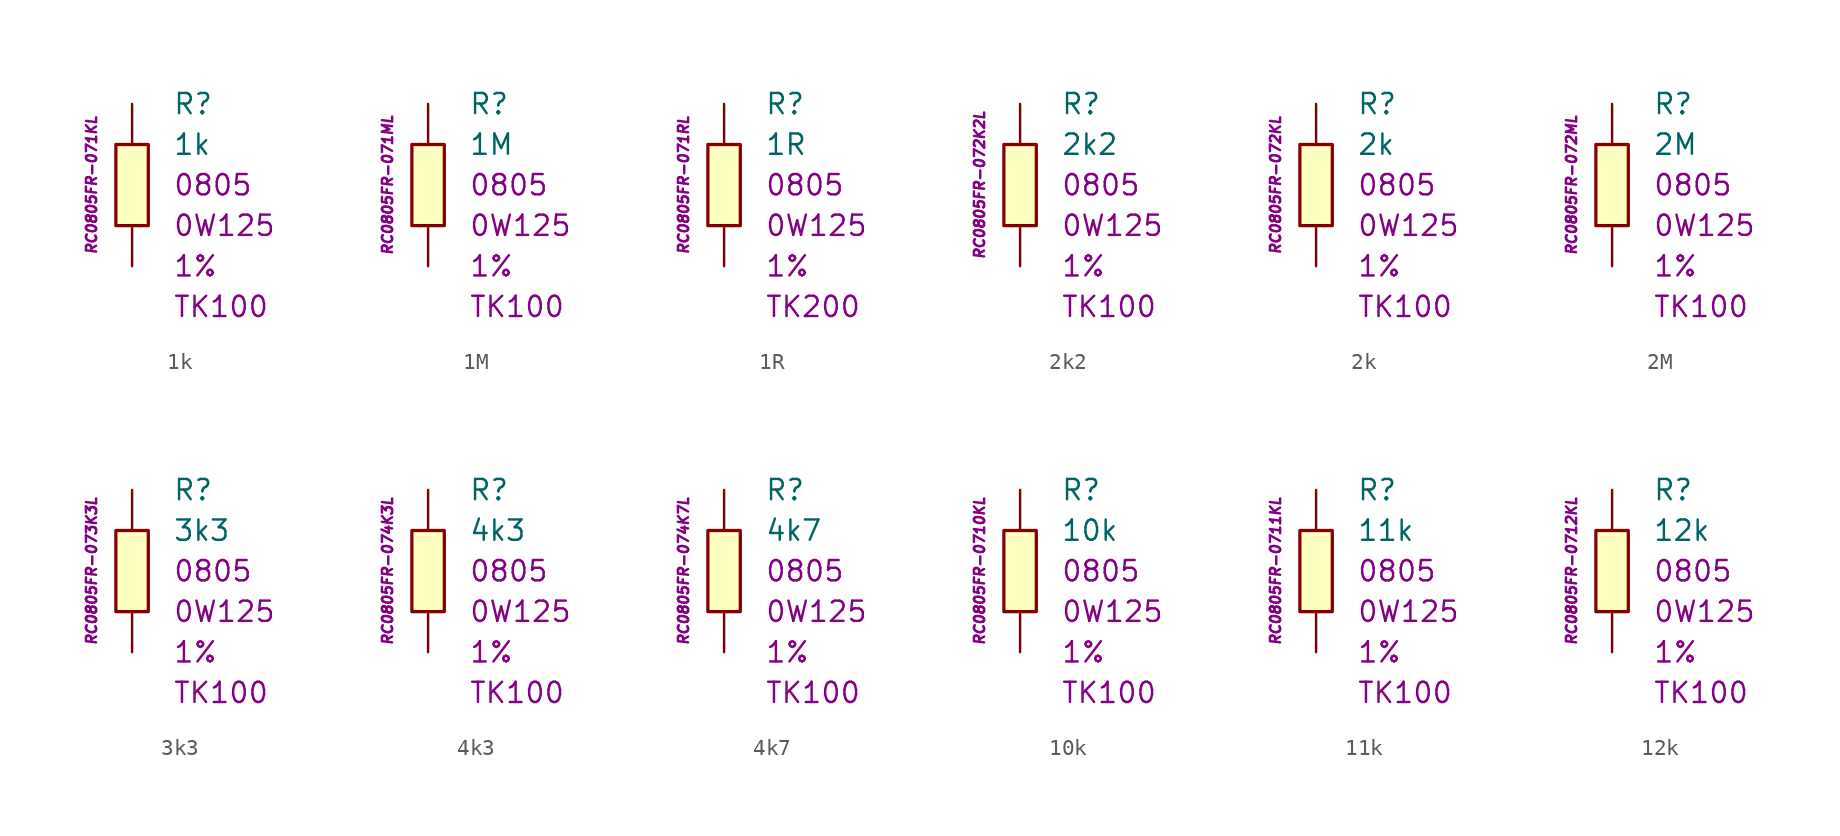
<source format=kicad_sym>
(kicad_symbol_lib
  (version 20201005)
  (generator kicad_symbol_editor)
  (symbol "1k"
    (pin_numbers hide)
    (pin_names
      (offset 1.016) hide)
    (property "Reference" "R"
      (at 2.54 5.08 0)
      (effects (font (size 1.27 1.27)) (justify left)))
    (property "Value" "1k"
      (at 2.54 2.54 0)
      (effects (font (size 1.27 1.27)) (justify left)))
    (property "Package" "0805"
      (at 2.54 0 0)
      (effects (font (size 1.27 1.27)) (justify left)))
    (property "Power" "0W125"
      (at 2.54 -2.54 0)
      (effects (font (size 1.27 1.27)) (justify left)))
    (property "Tolerance" "1%"
      (at 2.54 -5.08 0)
      (effects (font (size 1.27 1.27)) (justify left)))
    (property "TK" "TK100"
      (at 2.54 -7.62 0)
      (effects (font (size 1.27 1.27)) (justify left)))
    (property "ID" "RC0805FR-071KL"
      (at -2.54 0 90)
      (effects (font (size 0.635 0.635) italic)))
    (symbol "1k_0_1"
      (rectangle (start -1.016 2.54) (end 1.016 -2.54) (stroke (width 0.203)) (fill (type background))))
    (symbol "1k_1_1"
      (pin passive line (at 0 5.08 270) (length 2.54) (name "~" (effects (font (size 1.778 1.778)))) (number "1" (effects (font (size 1.778 1.778)))))
      (pin passive line (at 0 -5.08 90) (length 2.54) (name "~" (effects (font (size 1.778 1.778)))) (number "2" (effects (font (size 1.778 1.778)))))))
  (symbol "1M"
    (pin_numbers hide)
    (pin_names
      (offset 1.016) hide)
    (property "Reference" "R"
      (at 2.54 5.08 0)
      (effects (font (size 1.27 1.27)) (justify left)))
    (property "Value" "1M"
      (at 2.54 2.54 0)
      (effects (font (size 1.27 1.27)) (justify left)))
    (property "Package" "0805"
      (at 2.54 0 0)
      (effects (font (size 1.27 1.27)) (justify left)))
    (property "Power" "0W125"
      (at 2.54 -2.54 0)
      (effects (font (size 1.27 1.27)) (justify left)))
    (property "Tolerance" "1%"
      (at 2.54 -5.08 0)
      (effects (font (size 1.27 1.27)) (justify left)))
    (property "TK" "TK100"
      (at 2.54 -7.62 0)
      (effects (font (size 1.27 1.27)) (justify left)))
    (property "ID" "RC0805FR-071ML"
      (at -2.54 0 90)
      (effects (font (size 0.635 0.635) italic)))
    (symbol "1M_0_1"
      (rectangle (start -1.016 2.54) (end 1.016 -2.54) (stroke (width 0.203)) (fill (type background))))
    (symbol "1M_1_1"
      (pin passive line (at 0 5.08 270) (length 2.54) (name "~" (effects (font (size 1.778 1.778)))) (number "1" (effects (font (size 1.778 1.778)))))
      (pin passive line (at 0 -5.08 90) (length 2.54) (name "~" (effects (font (size 1.778 1.778)))) (number "2" (effects (font (size 1.778 1.778)))))))
  (symbol "1R"
    (pin_numbers hide)
    (pin_names
      (offset 1.016) hide)
    (property "Reference" "R"
      (at 2.54 5.08 0)
      (effects (font (size 1.27 1.27)) (justify left)))
    (property "Value" "1R"
      (at 2.54 2.54 0)
      (effects (font (size 1.27 1.27)) (justify left)))
    (property "Package" "0805"
      (at 2.54 0 0)
      (effects (font (size 1.27 1.27)) (justify left)))
    (property "Power" "0W125"
      (at 2.54 -2.54 0)
      (effects (font (size 1.27 1.27)) (justify left)))
    (property "Tolerance" "1%"
      (at 2.54 -5.08 0)
      (effects (font (size 1.27 1.27)) (justify left)))
    (property "TK" "TK200"
      (at 2.54 -7.62 0)
      (effects (font (size 1.27 1.27)) (justify left)))
    (property "ID" "RC0805FR-071RL"
      (at -2.54 0 90)
      (effects (font (size 0.635 0.635) italic)))
    (symbol "1R_0_1"
      (rectangle (start -1.016 2.54) (end 1.016 -2.54) (stroke (width 0.203)) (fill (type background))))
    (symbol "1R_1_1"
      (pin passive line (at 0 5.08 270) (length 2.54) (name "~" (effects (font (size 1.778 1.778)))) (number "1" (effects (font (size 1.778 1.778)))))
      (pin passive line (at 0 -5.08 90) (length 2.54) (name "~" (effects (font (size 1.778 1.778)))) (number "2" (effects (font (size 1.778 1.778)))))))
  (symbol "2k2"
    (pin_numbers hide)
    (pin_names
      (offset 1.016) hide)
    (property "Reference" "R"
      (at 2.54 5.08 0)
      (effects (font (size 1.27 1.27)) (justify left)))
    (property "Value" "2k2"
      (at 2.54 2.54 0)
      (effects (font (size 1.27 1.27)) (justify left)))
    (property "Package" "0805"
      (at 2.54 0 0)
      (effects (font (size 1.27 1.27)) (justify left)))
    (property "Power" "0W125"
      (at 2.54 -2.54 0)
      (effects (font (size 1.27 1.27)) (justify left)))
    (property "Tolerance" "1%"
      (at 2.54 -5.08 0)
      (effects (font (size 1.27 1.27)) (justify left)))
    (property "TK" "TK100"
      (at 2.54 -7.62 0)
      (effects (font (size 1.27 1.27)) (justify left)))
    (property "ID" "RC0805FR-072K2L"
      (at -2.54 0 90)
      (effects (font (size 0.635 0.635) italic)))
    (symbol "2k2_0_1"
      (rectangle (start -1.016 2.54) (end 1.016 -2.54) (stroke (width 0.203)) (fill (type background))))
    (symbol "2k2_1_1"
      (pin passive line (at 0 5.08 270) (length 2.54) (name "~" (effects (font (size 1.778 1.778)))) (number "1" (effects (font (size 1.778 1.778)))))
      (pin passive line (at 0 -5.08 90) (length 2.54) (name "~" (effects (font (size 1.778 1.778)))) (number "2" (effects (font (size 1.778 1.778)))))))
  (symbol "2k"
    (pin_numbers hide)
    (pin_names
      (offset 1.016) hide)
    (property "Reference" "R"
      (at 2.54 5.08 0)
      (effects (font (size 1.27 1.27)) (justify left)))
    (property "Value" "2k"
      (at 2.54 2.54 0)
      (effects (font (size 1.27 1.27)) (justify left)))
    (property "Package" "0805"
      (at 2.54 0 0)
      (effects (font (size 1.27 1.27)) (justify left)))
    (property "Power" "0W125"
      (at 2.54 -2.54 0)
      (effects (font (size 1.27 1.27)) (justify left)))
    (property "Tolerance" "1%"
      (at 2.54 -5.08 0)
      (effects (font (size 1.27 1.27)) (justify left)))
    (property "TK" "TK100"
      (at 2.54 -7.62 0)
      (effects (font (size 1.27 1.27)) (justify left)))
    (property "ID" "RC0805FR-072KL"
      (at -2.54 0 90)
      (effects (font (size 0.635 0.635) italic)))
    (symbol "2k_0_1"
      (rectangle (start -1.016 2.54) (end 1.016 -2.54) (stroke (width 0.203)) (fill (type background))))
    (symbol "2k_1_1"
      (pin passive line (at 0 5.08 270) (length 2.54) (name "~" (effects (font (size 1.778 1.778)))) (number "1" (effects (font (size 1.778 1.778)))))
      (pin passive line (at 0 -5.08 90) (length 2.54) (name "~" (effects (font (size 1.778 1.778)))) (number "2" (effects (font (size 1.778 1.778)))))))
  (symbol "2M"
    (pin_numbers hide)
    (pin_names
      (offset 1.016) hide)
    (property "Reference" "R"
      (at 2.54 5.08 0)
      (effects (font (size 1.27 1.27)) (justify left)))
    (property "Value" "2M"
      (at 2.54 2.54 0)
      (effects (font (size 1.27 1.27)) (justify left)))
    (property "Package" "0805"
      (at 2.54 0 0)
      (effects (font (size 1.27 1.27)) (justify left)))
    (property "Power" "0W125"
      (at 2.54 -2.54 0)
      (effects (font (size 1.27 1.27)) (justify left)))
    (property "Tolerance" "1%"
      (at 2.54 -5.08 0)
      (effects (font (size 1.27 1.27)) (justify left)))
    (property "TK" "TK100"
      (at 2.54 -7.62 0)
      (effects (font (size 1.27 1.27)) (justify left)))
    (property "ID" "RC0805FR-072ML"
      (at -2.54 0 90)
      (effects (font (size 0.635 0.635) italic)))
    (symbol "2M_0_1"
      (rectangle (start -1.016 2.54) (end 1.016 -2.54) (stroke (width 0.203)) (fill (type background))))
    (symbol "2M_1_1"
      (pin passive line (at 0 5.08 270) (length 2.54) (name "~" (effects (font (size 1.778 1.778)))) (number "1" (effects (font (size 1.778 1.778)))))
      (pin passive line (at 0 -5.08 90) (length 2.54) (name "~" (effects (font (size 1.778 1.778)))) (number "2" (effects (font (size 1.778 1.778)))))))
  (symbol "3k3"
    (pin_numbers hide)
    (pin_names
      (offset 1.016) hide)
    (property "Reference" "R"
      (at 2.54 5.08 0)
      (effects (font (size 1.27 1.27)) (justify left)))
    (property "Value" "3k3"
      (at 2.54 2.54 0)
      (effects (font (size 1.27 1.27)) (justify left)))
    (property "Package" "0805"
      (at 2.54 0 0)
      (effects (font (size 1.27 1.27)) (justify left)))
    (property "Power" "0W125"
      (at 2.54 -2.54 0)
      (effects (font (size 1.27 1.27)) (justify left)))
    (property "Tolerance" "1%"
      (at 2.54 -5.08 0)
      (effects (font (size 1.27 1.27)) (justify left)))
    (property "TK" "TK100"
      (at 2.54 -7.62 0)
      (effects (font (size 1.27 1.27)) (justify left)))
    (property "ID" "RC0805FR-073K3L"
      (at -2.54 0 90)
      (effects (font (size 0.635 0.635) italic)))
    (symbol "3k3_0_1"
      (rectangle (start -1.016 2.54) (end 1.016 -2.54) (stroke (width 0.203)) (fill (type background))))
    (symbol "3k3_1_1"
      (pin passive line (at 0 5.08 270) (length 2.54) (name "~" (effects (font (size 1.778 1.778)))) (number "1" (effects (font (size 1.778 1.778)))))
      (pin passive line (at 0 -5.08 90) (length 2.54) (name "~" (effects (font (size 1.778 1.778)))) (number "2" (effects (font (size 1.778 1.778)))))))
  (symbol "4k3"
    (pin_numbers hide)
    (pin_names
      (offset 1.016) hide)
    (property "Reference" "R"
      (at 2.54 5.08 0)
      (effects (font (size 1.27 1.27)) (justify left)))
    (property "Value" "4k3"
      (at 2.54 2.54 0)
      (effects (font (size 1.27 1.27)) (justify left)))
    (property "Package" "0805"
      (at 2.54 0 0)
      (effects (font (size 1.27 1.27)) (justify left)))
    (property "Power" "0W125"
      (at 2.54 -2.54 0)
      (effects (font (size 1.27 1.27)) (justify left)))
    (property "Tolerance" "1%"
      (at 2.54 -5.08 0)
      (effects (font (size 1.27 1.27)) (justify left)))
    (property "TK" "TK100"
      (at 2.54 -7.62 0)
      (effects (font (size 1.27 1.27)) (justify left)))
    (property "ID" "RC0805FR-074K3L"
      (at -2.54 0 90)
      (effects (font (size 0.635 0.635) italic)))
    (symbol "4k3_0_1"
      (rectangle (start -1.016 2.54) (end 1.016 -2.54) (stroke (width 0.203)) (fill (type background))))
    (symbol "4k3_1_1"
      (pin passive line (at 0 5.08 270) (length 2.54) (name "~" (effects (font (size 1.778 1.778)))) (number "1" (effects (font (size 1.778 1.778)))))
      (pin passive line (at 0 -5.08 90) (length 2.54) (name "~" (effects (font (size 1.778 1.778)))) (number "2" (effects (font (size 1.778 1.778)))))))
  (symbol "4k7"
    (pin_numbers hide)
    (pin_names
      (offset 1.016) hide)
    (property "Reference" "R"
      (at 2.54 5.08 0)
      (effects (font (size 1.27 1.27)) (justify left)))
    (property "Value" "4k7"
      (at 2.54 2.54 0)
      (effects (font (size 1.27 1.27)) (justify left)))
    (property "Package" "0805"
      (at 2.54 0 0)
      (effects (font (size 1.27 1.27)) (justify left)))
    (property "Power" "0W125"
      (at 2.54 -2.54 0)
      (effects (font (size 1.27 1.27)) (justify left)))
    (property "Tolerance" "1%"
      (at 2.54 -5.08 0)
      (effects (font (size 1.27 1.27)) (justify left)))
    (property "TK" "TK100"
      (at 2.54 -7.62 0)
      (effects (font (size 1.27 1.27)) (justify left)))
    (property "ID" "RC0805FR-074K7L"
      (at -2.54 0 90)
      (effects (font (size 0.635 0.635) italic)))
    (symbol "4k7_0_1"
      (rectangle (start -1.016 2.54) (end 1.016 -2.54) (stroke (width 0.203)) (fill (type background))))
    (symbol "4k7_1_1"
      (pin passive line (at 0 5.08 270) (length 2.54) (name "~" (effects (font (size 1.778 1.778)))) (number "1" (effects (font (size 1.778 1.778)))))
      (pin passive line (at 0 -5.08 90) (length 2.54) (name "~" (effects (font (size 1.778 1.778)))) (number "2" (effects (font (size 1.778 1.778)))))))
  (symbol "10k"
    (pin_numbers hide)
    (pin_names
      (offset 1.016) hide)
    (property "Reference" "R"
      (at 2.54 5.08 0)
      (effects (font (size 1.27 1.27)) (justify left)))
    (property "Value" "10k"
      (at 2.54 2.54 0)
      (effects (font (size 1.27 1.27)) (justify left)))
    (property "Package" "0805"
      (at 2.54 0 0)
      (effects (font (size 1.27 1.27)) (justify left)))
    (property "Power" "0W125"
      (at 2.54 -2.54 0)
      (effects (font (size 1.27 1.27)) (justify left)))
    (property "Tolerance" "1%"
      (at 2.54 -5.08 0)
      (effects (font (size 1.27 1.27)) (justify left)))
    (property "TK" "TK100"
      (at 2.54 -7.62 0)
      (effects (font (size 1.27 1.27)) (justify left)))
    (property "ID" "RC0805FR-0710KL"
      (at -2.54 0 90)
      (effects (font (size 0.635 0.635) italic)))
    (symbol "10k_0_1"
      (rectangle (start -1.016 2.54) (end 1.016 -2.54) (stroke (width 0.203)) (fill (type background))))
    (symbol "10k_1_1"
      (pin passive line (at 0 5.08 270) (length 2.54) (name "~" (effects (font (size 1.778 1.778)))) (number "1" (effects (font (size 1.778 1.778)))))
      (pin passive line (at 0 -5.08 90) (length 2.54) (name "~" (effects (font (size 1.778 1.778)))) (number "2" (effects (font (size 1.778 1.778)))))))
  (symbol "11k"
    (pin_numbers hide)
    (pin_names
      (offset 1.016) hide)
    (property "Reference" "R"
      (at 2.54 5.08 0)
      (effects (font (size 1.27 1.27)) (justify left)))
    (property "Value" "11k"
      (at 2.54 2.54 0)
      (effects (font (size 1.27 1.27)) (justify left)))
    (property "Package" "0805"
      (at 2.54 0 0)
      (effects (font (size 1.27 1.27)) (justify left)))
    (property "Power" "0W125"
      (at 2.54 -2.54 0)
      (effects (font (size 1.27 1.27)) (justify left)))
    (property "Tolerance" "1%"
      (at 2.54 -5.08 0)
      (effects (font (size 1.27 1.27)) (justify left)))
    (property "TK" "TK100"
      (at 2.54 -7.62 0)
      (effects (font (size 1.27 1.27)) (justify left)))
    (property "ID" "RC0805FR-0711KL"
      (at -2.54 0 90)
      (effects (font (size 0.635 0.635) italic)))
    (symbol "11k_0_1"
      (rectangle (start -1.016 2.54) (end 1.016 -2.54) (stroke (width 0.203)) (fill (type background))))
    (symbol "11k_1_1"
      (pin passive line (at 0 5.08 270) (length 2.54) (name "~" (effects (font (size 1.778 1.778)))) (number "1" (effects (font (size 1.778 1.778)))))
      (pin passive line (at 0 -5.08 90) (length 2.54) (name "~" (effects (font (size 1.778 1.778)))) (number "2" (effects (font (size 1.778 1.778)))))))
  (symbol "12k"
    (pin_numbers hide)
    (pin_names
      (offset 1.016) hide)
    (property "Reference" "R"
      (at 2.54 5.08 0)
      (effects (font (size 1.27 1.27)) (justify left)))
    (property "Value" "12k"
      (at 2.54 2.54 0)
      (effects (font (size 1.27 1.27)) (justify left)))
    (property "Package" "0805"
      (at 2.54 0 0)
      (effects (font (size 1.27 1.27)) (justify left)))
    (property "Power" "0W125"
      (at 2.54 -2.54 0)
      (effects (font (size 1.27 1.27)) (justify left)))
    (property "Tolerance" "1%"
      (at 2.54 -5.08 0)
      (effects (font (size 1.27 1.27)) (justify left)))
    (property "TK" "TK100"
      (at 2.54 -7.62 0)
      (effects (font (size 1.27 1.27)) (justify left)))
    (property "ID" "RC0805FR-0712KL"
      (at -2.54 0 90)
      (effects (font (size 0.635 0.635) italic)))
    (symbol "12k_0_1"
      (rectangle (start -1.016 2.54) (end 1.016 -2.54) (stroke (width 0.203)) (fill (type background))))
    (symbol "12k_1_1"
      (pin passive line (at 0 5.08 270) (length 2.54) (name "~" (effects (font (size 1.778 1.778)))) (number "1" (effects (font (size 1.778 1.778)))))
      (pin passive line (at 0 -5.08 90) (length 2.54) (name "~" (effects (font (size 1.778 1.778)))) (number "2" (effects (font (size 1.778 1.778))))))))
</source>
